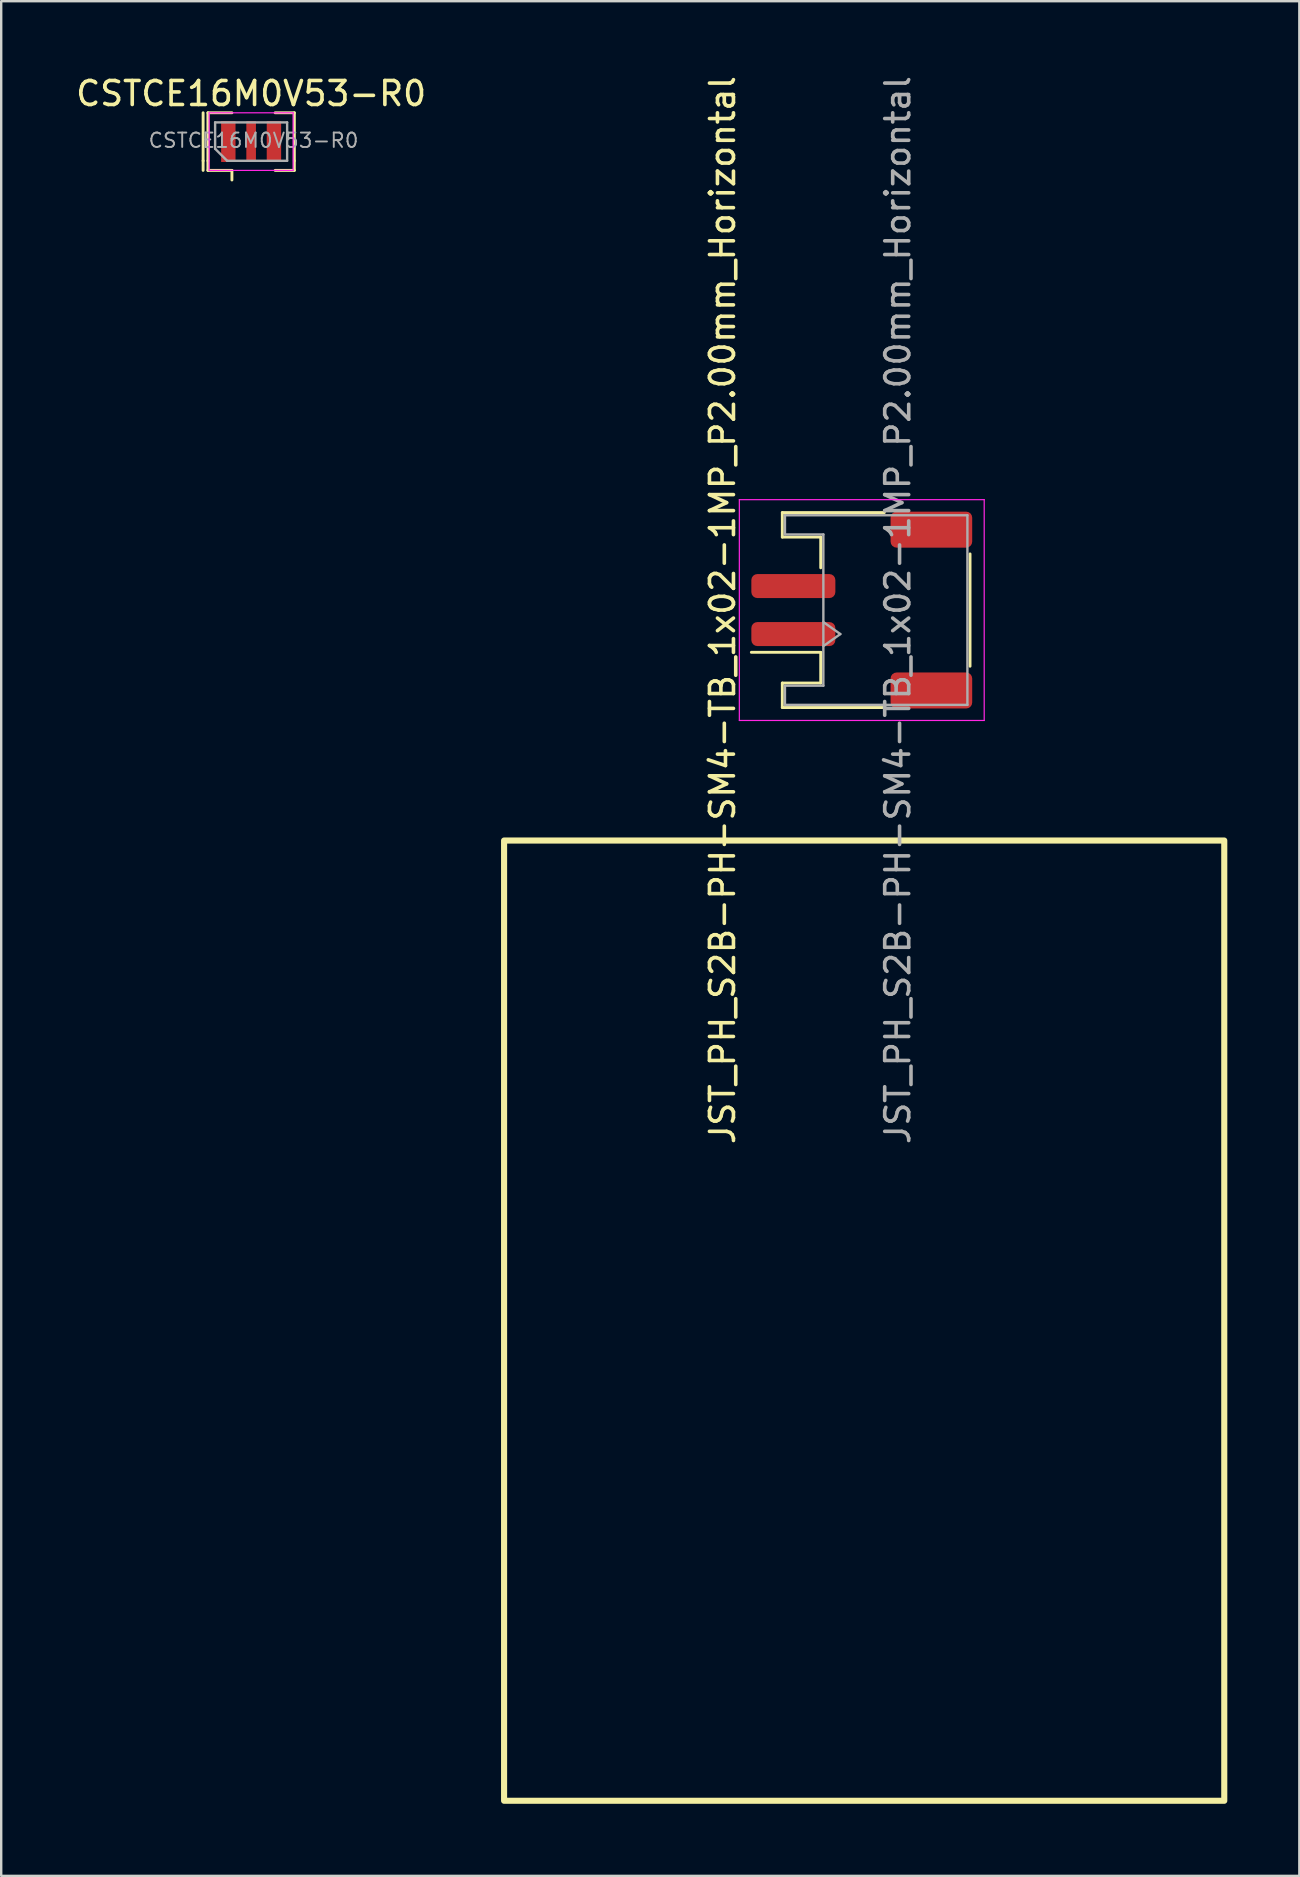
<source format=kicad_pcb>
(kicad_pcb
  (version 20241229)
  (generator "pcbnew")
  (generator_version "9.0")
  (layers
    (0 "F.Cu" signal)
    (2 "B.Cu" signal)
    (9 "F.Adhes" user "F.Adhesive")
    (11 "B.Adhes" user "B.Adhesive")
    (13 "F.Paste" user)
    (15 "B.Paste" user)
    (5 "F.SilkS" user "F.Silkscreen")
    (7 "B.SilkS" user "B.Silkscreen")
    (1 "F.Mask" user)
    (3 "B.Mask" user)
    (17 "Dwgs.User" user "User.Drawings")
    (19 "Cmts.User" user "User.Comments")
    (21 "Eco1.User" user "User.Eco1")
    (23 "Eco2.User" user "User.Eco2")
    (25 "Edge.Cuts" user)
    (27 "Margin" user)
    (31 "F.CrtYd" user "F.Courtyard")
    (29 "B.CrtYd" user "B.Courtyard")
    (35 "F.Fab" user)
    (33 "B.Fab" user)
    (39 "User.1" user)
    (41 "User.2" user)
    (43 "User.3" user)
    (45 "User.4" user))
  (footprint "CSTCE16M0V53-R0"
    (layer "F.Cu")
    (at 7.411 2.848)
    (property "Reference" "CSTCE16M0V53-R0" (at 0 -2 0) (layer "F.SilkS") (effects (font (size 1 1) (thickness 0.15))))
    (attr smd)
    (fp_line (start -2 -1.2) (end -2 0.8) (stroke (width 0.12) (type solid)) (layer "F.SilkS"))
    (fp_line (start -2 0.8) (end -2 1.2) (stroke (width 0.12) (type solid)) (layer "F.SilkS"))
    (fp_line (start -1.8 -1.2) (end -0.8 -1.2) (stroke (width 0.12) (type solid)) (layer "F.SilkS"))
    (fp_line (start -1.8 0.8) (end -1.8 -1.2) (stroke (width 0.12) (type solid)) (layer "F.SilkS"))
    (fp_line (start -1.8 0.8) (end -1.8 1.2) (stroke (width 0.12) (type solid)) (layer "F.SilkS"))
    (fp_line (start -0.8 1.2) (end -1.8 1.2) (stroke (width 0.12) (type solid)) (layer "F.SilkS"))
    (fp_line (start -0.8 1.2) (end -0.8 1.6) (stroke (width 0.12) (type solid)) (layer "F.SilkS"))
    (fp_line (start 1 -1.2) (end 1.8 -1.2) (stroke (width 0.12) (type solid)) (layer "F.SilkS"))
    (fp_line (start 1.8 -1.2) (end 1.8 0.8) (stroke (width 0.12) (type solid)) (layer "F.SilkS"))
    (fp_line (start 1.8 0.8) (end 1.8 1.2) (stroke (width 0.12) (type solid)) (layer "F.SilkS"))
    (fp_line (start 1.8 1.2) (end 1 1.2) (stroke (width 0.12) (type solid)) (layer "F.SilkS"))
    (fp_line (start -1.75 -1.2) (end 1.75 -1.2) (stroke (width 0.05) (type solid)) (layer "F.CrtYd"))
    (fp_line (start -1.75 1.2) (end -1.75 -1.2) (stroke (width 0.05) (type solid)) (layer "F.CrtYd"))
    (fp_line (start 1.75 -1.2) (end 1.75 1.2) (stroke (width 0.05) (type solid)) (layer "F.CrtYd"))
    (fp_line (start 1.75 1.2) (end -1.75 1.2) (stroke (width 0.05) (type solid)) (layer "F.CrtYd"))
    (fp_line (start -1.5 0.3) (end -1.5 -0.8) (stroke (width 0.1) (type solid)) (layer "F.Fab"))
    (fp_line (start -1 0.8) (end -1.5 0.3) (stroke (width 0.1) (type solid)) (layer "F.Fab"))
    (fp_line (start -1 0.8) (end 1.5 0.8) (stroke (width 0.1) (type solid)) (layer "F.Fab"))
    (fp_line (start 1.5 -0.8) (end -1.5 -0.8) (stroke (width 0.1) (type solid)) (layer "F.Fab"))
    (fp_line (start 1.5 0.8) (end 1.5 -0.8) (stroke (width 0.1) (type solid)) (layer "F.Fab"))
    (fp_text user "${REFERENCE}" (at 0.1 -0.05 0) (layer "F.Fab") (effects (font (size 0.6 0.6) (thickness 0.08))))
    (pad "1" smd rect (at -0.95 0) (size 0.6 1.7) (layers "F.Cu" "F.Mask" "F.Paste"))
    (pad "2" smd rect (at 0 0) (size 0.4 1.7) (layers "F.Cu" "F.Mask" "F.Paste"))
    (pad "3" smd rect (at 0.95 0) (size 0.6 1.7) (layers "F.Cu" "F.Mask" "F.Paste")))
  (footprint "JST_PH_S2B-PH-SM4-TB_1x02-1MP_P2.00mm_Horizontal"
    (layer "F.Cu")
    (at 32.948 31.963)
    (property "Reference" "JST_PH_S2B-PH-SM4-TB_1x02-1MP_P2.00mm_Horizontal" (at -5.9 -9.6 90) (layer "F.SilkS") (effects (font (size 1 1) (thickness 0.15))))
    (attr smd)
    (fp_line (start -3.41 -13.66) (end -3.41 -12.64) (stroke (width 0.12) (type solid)) (layer "F.SilkS"))
    (fp_line (start -3.41 -12.64) (end -1.81 -12.64) (stroke (width 0.12) (type solid)) (layer "F.SilkS"))
    (fp_line (start -3.41 -6.56) (end -1.81 -6.56) (stroke (width 0.12) (type solid)) (layer "F.SilkS"))
    (fp_line (start -3.41 -5.54) (end -3.41 -6.56) (stroke (width 0.12) (type solid)) (layer "F.SilkS"))
    (fp_line (start -1.81 -12.64) (end -1.81 -11.36) (stroke (width 0.12) (type solid)) (layer "F.SilkS"))
    (fp_line (start -1.81 -7.84) (end -4.7 -7.84) (stroke (width 0.12) (type solid)) (layer "F.SilkS"))
    (fp_line (start -1.81 -6.56) (end -1.81 -7.84) (stroke (width 0.12) (type solid)) (layer "F.SilkS"))
    (fp_line (start 0.84 -13.66) (end -3.41 -13.66) (stroke (width 0.12) (type solid)) (layer "F.SilkS"))
    (fp_line (start 0.84 -5.54) (end -3.41 -5.54) (stroke (width 0.12) (type solid)) (layer "F.SilkS"))
    (fp_line (start 4.41 -7.26) (end 4.41 -11.94) (stroke (width 0.12) (type solid)) (layer "F.SilkS"))
    (fp_rect (start -15 0) (end 15 40) (stroke (width 0.254) (type solid)) (fill no) (layer "F.SilkS"))
    (fp_line (start -5.2 -14.2) (end -5.2 -5) (stroke (width 0.05) (type solid)) (layer "F.CrtYd"))
    (fp_line (start -5.2 -5) (end 5 -5) (stroke (width 0.05) (type solid)) (layer "F.CrtYd"))
    (fp_line (start 5 -14.2) (end -5.2 -14.2) (stroke (width 0.05) (type solid)) (layer "F.CrtYd"))
    (fp_line (start 5 -5) (end 5 -14.2) (stroke (width 0.05) (type solid)) (layer "F.CrtYd"))
    (fp_line (start -3.3 -13.55) (end 4.3 -13.55) (stroke (width 0.1) (type solid)) (layer "F.Fab"))
    (fp_line (start -3.3 -12.75) (end -3.3 -13.55) (stroke (width 0.1) (type solid)) (layer "F.Fab"))
    (fp_line (start -3.3 -6.45) (end -1.7 -6.45) (stroke (width 0.1) (type solid)) (layer "F.Fab"))
    (fp_line (start -3.3 -5.65) (end -3.3 -6.45) (stroke (width 0.1) (type solid)) (layer "F.Fab"))
    (fp_line (start -3.3 -5.65) (end 4.3 -5.65) (stroke (width 0.1) (type solid)) (layer "F.Fab"))
    (fp_line (start -1.7 -12.75) (end -3.3 -12.75) (stroke (width 0.1) (type solid)) (layer "F.Fab"))
    (fp_line (start -1.7 -8.1) (end -0.993 -8.6) (stroke (width 0.1) (type solid)) (layer "F.Fab"))
    (fp_line (start -1.7 -6.45) (end -1.7 -12.75) (stroke (width 0.1) (type solid)) (layer "F.Fab"))
    (fp_line (start -0.993 -8.6) (end -1.7 -9.1) (stroke (width 0.1) (type solid)) (layer "F.Fab"))
    (fp_line (start 4.3 -5.65) (end 4.3 -13.55) (stroke (width 0.1) (type solid)) (layer "F.Fab"))
    (fp_text user "${REFERENCE}" (at 1.4 -9.6 90) (layer "F.Fab") (effects (font (size 1 1) (thickness 0.15))))
    (pad "1" smd roundrect (at -2.95 -8.6 90) (size 1 3.5) (layers "F.Cu" "F.Mask" "F.Paste") (roundrect_rratio 0.25))
    (pad "2" smd roundrect (at -2.95 -10.6 90) (size 1 3.5) (layers "F.Cu" "F.Mask" "F.Paste") (roundrect_rratio 0.25))
    (pad "MP" smd roundrect (at 2.8 -12.95 90) (size 1.5 3.4) (layers "F.Cu" "F.Mask" "F.Paste") (roundrect_rratio 0.167))
    (pad "MP" smd roundrect (at 2.8 -6.25 90) (size 1.5 3.4) (layers "F.Cu" "F.Mask" "F.Paste") (roundrect_rratio 0.167)))
  (gr_rect
    (start -3 -3)
    (end 51.075 75.09)
    (stroke (width 0.1) (type default))
    (fill no)
    (layer "Edge.Cuts")))
</source>
